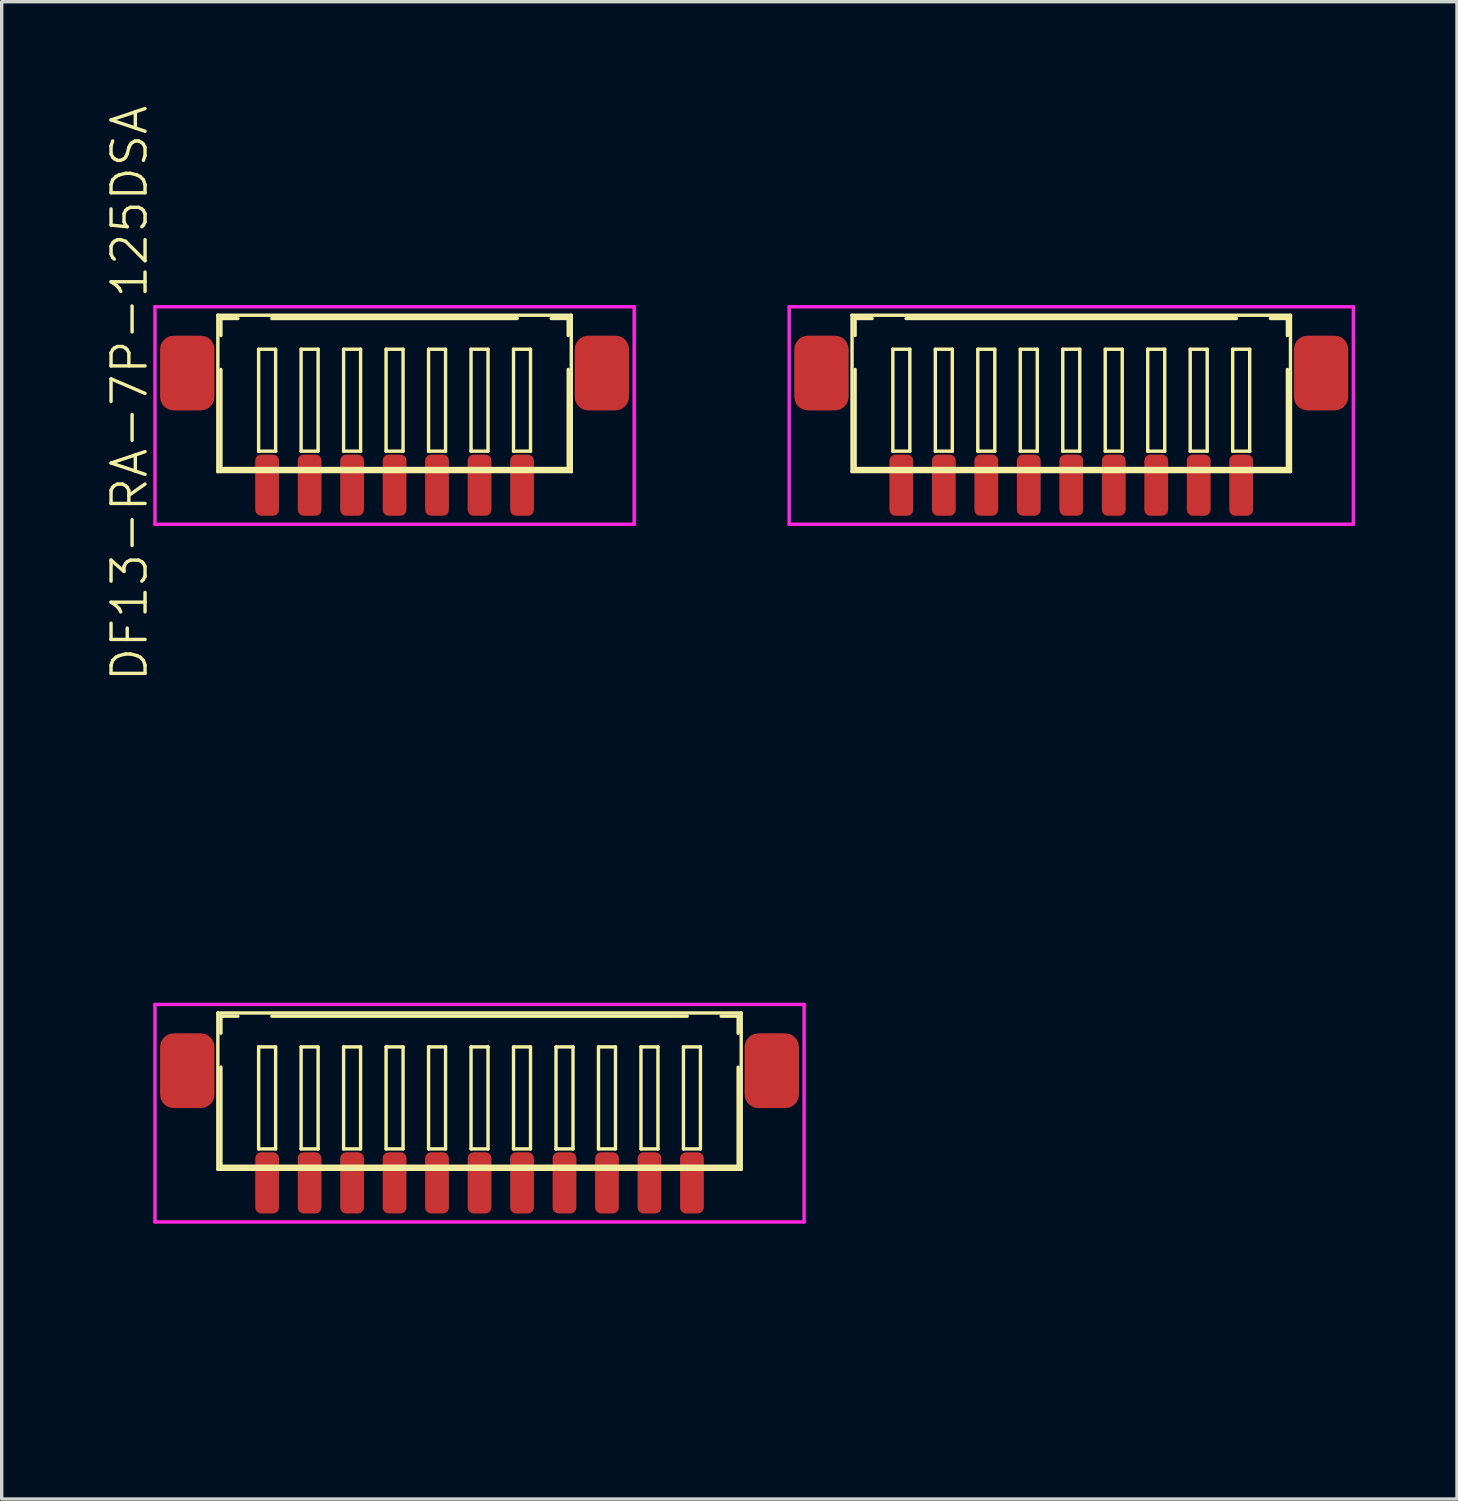
<source format=kicad_pcb>
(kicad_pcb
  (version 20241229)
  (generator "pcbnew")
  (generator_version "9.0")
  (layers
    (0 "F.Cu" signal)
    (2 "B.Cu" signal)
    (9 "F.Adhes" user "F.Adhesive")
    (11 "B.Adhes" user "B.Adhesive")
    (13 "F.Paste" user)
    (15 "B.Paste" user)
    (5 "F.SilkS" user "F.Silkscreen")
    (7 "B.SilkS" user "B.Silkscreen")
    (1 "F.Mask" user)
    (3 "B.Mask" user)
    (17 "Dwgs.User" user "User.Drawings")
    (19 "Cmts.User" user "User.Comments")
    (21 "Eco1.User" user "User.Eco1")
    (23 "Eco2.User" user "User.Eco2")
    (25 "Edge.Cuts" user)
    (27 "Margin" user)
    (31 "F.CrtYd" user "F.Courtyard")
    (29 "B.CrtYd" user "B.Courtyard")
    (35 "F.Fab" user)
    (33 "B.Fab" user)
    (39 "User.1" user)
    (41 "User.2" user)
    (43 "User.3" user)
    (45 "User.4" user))
  (footprint "DF13-RA-7P-125DSA"
    (layer "F.Cu")
    (at 8.56 11.226)
    (property "Reference" "DF13-RA-7P-125DSA" (at -7.8 -2.7 90) (layer "F.SilkS") (effects (font (size 1 1) (thickness 0.1))))
    (attr through_hole)
    (fp_line (start -5.2 -5) (end -5.2 -0.4) (stroke (width 0.1) (type solid)) (layer "F.SilkS"))
    (fp_line (start -5.2 -5) (end 5.2 -5) (stroke (width 0.1) (type solid)) (layer "F.SilkS"))
    (fp_line (start -5.2 -0.4) (end 5.2 -0.4) (stroke (width 0.1) (type solid)) (layer "F.SilkS"))
    (fp_line (start -5.11 -4.905) (end -5.11 -4.405) (stroke (width 0.1) (type solid)) (layer "F.SilkS"))
    (fp_line (start -5.11 -4.905) (end -4.61 -4.905) (stroke (width 0.1) (type solid)) (layer "F.SilkS"))
    (fp_line (start -5.11 -3.405) (end -5.11 -0.49) (stroke (width 0.1) (type solid)) (layer "F.SilkS"))
    (fp_line (start -5.11 -0.49) (end 5.11 -0.49) (stroke (width 0.1) (type solid)) (layer "F.SilkS"))
    (fp_line (start -4 -4) (end -4 -1) (stroke (width 0.1) (type solid)) (layer "F.SilkS"))
    (fp_line (start -4 -1) (end -3.5 -1) (stroke (width 0.1) (type solid)) (layer "F.SilkS"))
    (fp_line (start -3.61 -4.905) (end 3.61 -4.905) (stroke (width 0.1) (type solid)) (layer "F.SilkS"))
    (fp_line (start -3.5 -4) (end -4 -4) (stroke (width 0.1) (type solid)) (layer "F.SilkS"))
    (fp_line (start -3.5 -1) (end -3.5 -4) (stroke (width 0.1) (type solid)) (layer "F.SilkS"))
    (fp_line (start -2.75 -4) (end -2.75 -1) (stroke (width 0.1) (type solid)) (layer "F.SilkS"))
    (fp_line (start -2.75 -1) (end -2.25 -1) (stroke (width 0.1) (type solid)) (layer "F.SilkS"))
    (fp_line (start -2.25 -4) (end -2.75 -4) (stroke (width 0.1) (type solid)) (layer "F.SilkS"))
    (fp_line (start -2.25 -1) (end -2.25 -4) (stroke (width 0.1) (type solid)) (layer "F.SilkS"))
    (fp_line (start -1.5 -4) (end -1.5 -1) (stroke (width 0.1) (type solid)) (layer "F.SilkS"))
    (fp_line (start -1.5 -1) (end -1 -1) (stroke (width 0.1) (type solid)) (layer "F.SilkS"))
    (fp_line (start -1 -4) (end -1.5 -4) (stroke (width 0.1) (type solid)) (layer "F.SilkS"))
    (fp_line (start -1 -1) (end -1 -4) (stroke (width 0.1) (type solid)) (layer "F.SilkS"))
    (fp_line (start -0.25 -4) (end -0.25 -1) (stroke (width 0.1) (type solid)) (layer "F.SilkS"))
    (fp_line (start -0.25 -1) (end 0.25 -1) (stroke (width 0.1) (type solid)) (layer "F.SilkS"))
    (fp_line (start 0.25 -4) (end -0.25 -4) (stroke (width 0.1) (type solid)) (layer "F.SilkS"))
    (fp_line (start 0.25 -1) (end 0.25 -4) (stroke (width 0.1) (type solid)) (layer "F.SilkS"))
    (fp_line (start 1 -4) (end 1 -1) (stroke (width 0.1) (type solid)) (layer "F.SilkS"))
    (fp_line (start 1 -1) (end 1.5 -1) (stroke (width 0.1) (type solid)) (layer "F.SilkS"))
    (fp_line (start 1.5 -4) (end 1 -4) (stroke (width 0.1) (type solid)) (layer "F.SilkS"))
    (fp_line (start 1.5 -1) (end 1.5 -4) (stroke (width 0.1) (type solid)) (layer "F.SilkS"))
    (fp_line (start 2.25 -4) (end 2.25 -1) (stroke (width 0.1) (type solid)) (layer "F.SilkS"))
    (fp_line (start 2.25 -1) (end 2.75 -1) (stroke (width 0.1) (type solid)) (layer "F.SilkS"))
    (fp_line (start 2.75 -4) (end 2.25 -4) (stroke (width 0.1) (type solid)) (layer "F.SilkS"))
    (fp_line (start 2.75 -1) (end 2.75 -4) (stroke (width 0.1) (type solid)) (layer "F.SilkS"))
    (fp_line (start 3.5 -4) (end 3.5 -1) (stroke (width 0.1) (type solid)) (layer "F.SilkS"))
    (fp_line (start 3.5 -1) (end 4 -1) (stroke (width 0.1) (type solid)) (layer "F.SilkS"))
    (fp_line (start 4 -4) (end 3.5 -4) (stroke (width 0.1) (type solid)) (layer "F.SilkS"))
    (fp_line (start 4 -1) (end 4 -4) (stroke (width 0.1) (type solid)) (layer "F.SilkS"))
    (fp_line (start 4.61 -4.905) (end 5.11 -4.905) (stroke (width 0.1) (type solid)) (layer "F.SilkS"))
    (fp_line (start 5.11 -4.905) (end 5.11 -4.405) (stroke (width 0.1) (type solid)) (layer "F.SilkS"))
    (fp_line (start 5.11 -3.405) (end 5.11 -0.49) (stroke (width 0.1) (type solid)) (layer "F.SilkS"))
    (fp_line (start 5.2 -5) (end 5.2 -0.4) (stroke (width 0.1) (type solid)) (layer "F.SilkS"))
    (fp_line (start -7.05 -5.25) (end -7.05 1.15) (stroke (width 0.1) (type solid)) (layer "F.CrtYd"))
    (fp_line (start -7.05 1.15) (end 7.05 1.15) (stroke (width 0.1) (type solid)) (layer "F.CrtYd"))
    (fp_line (start 7.05 -5.25) (end -7.05 -5.25) (stroke (width 0.1) (type solid)) (layer "F.CrtYd"))
    (fp_line (start 7.05 1.15) (end 7.05 -5.25) (stroke (width 0.1) (type solid)) (layer "F.CrtYd"))
    (pad "1" smd roundrect (at -3.75 0) (size 0.7 1.8) (layers "F.Cu" "F.Mask" "F.Paste") (roundrect_rratio 0.25))
    (pad "2" smd roundrect (at -2.5 0) (size 0.7 1.8) (layers "F.Cu" "F.Mask" "F.Paste") (roundrect_rratio 0.25))
    (pad "3" smd roundrect (at -1.25 0) (size 0.7 1.8) (layers "F.Cu" "F.Mask" "F.Paste") (roundrect_rratio 0.25))
    (pad "4" smd roundrect (at 0 0) (size 0.7 1.8) (layers "F.Cu" "F.Mask" "F.Paste") (roundrect_rratio 0.25))
    (pad "5" smd roundrect (at 1.25 0) (size 0.7 1.8) (layers "F.Cu" "F.Mask" "F.Paste") (roundrect_rratio 0.25))
    (pad "6" smd roundrect (at 2.5 0) (size 0.7 1.8) (layers "F.Cu" "F.Mask" "F.Paste") (roundrect_rratio 0.25))
    (pad "7" smd roundrect (at 3.75 0) (size 0.7 1.8) (layers "F.Cu" "F.Mask" "F.Paste") (roundrect_rratio 0.25))
    (pad "S" smd roundrect (at -6.1 -3.3) (size 1.6 2.2) (layers "F.Cu" "F.Mask" "F.Paste") (roundrect_rratio 0.25))
    (pad "S" smd roundrect (at 6.1 -3.3) (size 1.6 2.2) (layers "F.Cu" "F.Mask" "F.Paste") (roundrect_rratio 0.25)))
  (footprint "DF13-RA-9P-125DSA"
    (layer "F.Cu")
    (at 28.471 11.226)
    (property "Reference" "DF13-RA-9P-125DSA" (at -9.05 -2.7 90) (layer "User.1") (effects (font (size 1 1) (thickness 0.1))))
    (attr through_hole)
    (fp_line (start -6.45 -5) (end -6.45 -0.4) (stroke (width 0.1) (type solid)) (layer "F.SilkS"))
    (fp_line (start -6.45 -5) (end 6.45 -5) (stroke (width 0.1) (type solid)) (layer "F.SilkS"))
    (fp_line (start -6.45 -0.4) (end 6.45 -0.4) (stroke (width 0.1) (type solid)) (layer "F.SilkS"))
    (fp_line (start -6.36 -4.905) (end -6.36 -4.405) (stroke (width 0.1) (type solid)) (layer "F.SilkS"))
    (fp_line (start -6.36 -4.905) (end -5.86 -4.905) (stroke (width 0.1) (type solid)) (layer "F.SilkS"))
    (fp_line (start -6.36 -3.405) (end -6.36 -0.49) (stroke (width 0.1) (type solid)) (layer "F.SilkS"))
    (fp_line (start -6.36 -0.49) (end 6.36 -0.49) (stroke (width 0.1) (type solid)) (layer "F.SilkS"))
    (fp_line (start -5.25 -4) (end -5.25 -1) (stroke (width 0.1) (type solid)) (layer "F.SilkS"))
    (fp_line (start -5.25 -1) (end -4.75 -1) (stroke (width 0.1) (type solid)) (layer "F.SilkS"))
    (fp_line (start -4.86 -4.905) (end 4.86 -4.905) (stroke (width 0.1) (type solid)) (layer "F.SilkS"))
    (fp_line (start -4.75 -4) (end -5.25 -4) (stroke (width 0.1) (type solid)) (layer "F.SilkS"))
    (fp_line (start -4.75 -1) (end -4.75 -4) (stroke (width 0.1) (type solid)) (layer "F.SilkS"))
    (fp_line (start -4 -4) (end -4 -1) (stroke (width 0.1) (type solid)) (layer "F.SilkS"))
    (fp_line (start -4 -1) (end -3.5 -1) (stroke (width 0.1) (type solid)) (layer "F.SilkS"))
    (fp_line (start -3.5 -4) (end -4 -4) (stroke (width 0.1) (type solid)) (layer "F.SilkS"))
    (fp_line (start -3.5 -1) (end -3.5 -4) (stroke (width 0.1) (type solid)) (layer "F.SilkS"))
    (fp_line (start -2.75 -4) (end -2.75 -1) (stroke (width 0.1) (type solid)) (layer "F.SilkS"))
    (fp_line (start -2.75 -1) (end -2.25 -1) (stroke (width 0.1) (type solid)) (layer "F.SilkS"))
    (fp_line (start -2.25 -4) (end -2.75 -4) (stroke (width 0.1) (type solid)) (layer "F.SilkS"))
    (fp_line (start -2.25 -1) (end -2.25 -4) (stroke (width 0.1) (type solid)) (layer "F.SilkS"))
    (fp_line (start -1.5 -4) (end -1.5 -1) (stroke (width 0.1) (type solid)) (layer "F.SilkS"))
    (fp_line (start -1.5 -1) (end -1 -1) (stroke (width 0.1) (type solid)) (layer "F.SilkS"))
    (fp_line (start -1 -4) (end -1.5 -4) (stroke (width 0.1) (type solid)) (layer "F.SilkS"))
    (fp_line (start -1 -1) (end -1 -4) (stroke (width 0.1) (type solid)) (layer "F.SilkS"))
    (fp_line (start -0.25 -4) (end -0.25 -1) (stroke (width 0.1) (type solid)) (layer "F.SilkS"))
    (fp_line (start -0.25 -1) (end 0.25 -1) (stroke (width 0.1) (type solid)) (layer "F.SilkS"))
    (fp_line (start 0.25 -4) (end -0.25 -4) (stroke (width 0.1) (type solid)) (layer "F.SilkS"))
    (fp_line (start 0.25 -1) (end 0.25 -4) (stroke (width 0.1) (type solid)) (layer "F.SilkS"))
    (fp_line (start 1 -4) (end 1 -1) (stroke (width 0.1) (type solid)) (layer "F.SilkS"))
    (fp_line (start 1 -1) (end 1.5 -1) (stroke (width 0.1) (type solid)) (layer "F.SilkS"))
    (fp_line (start 1.5 -4) (end 1 -4) (stroke (width 0.1) (type solid)) (layer "F.SilkS"))
    (fp_line (start 1.5 -1) (end 1.5 -4) (stroke (width 0.1) (type solid)) (layer "F.SilkS"))
    (fp_line (start 2.25 -4) (end 2.25 -1) (stroke (width 0.1) (type solid)) (layer "F.SilkS"))
    (fp_line (start 2.25 -1) (end 2.75 -1) (stroke (width 0.1) (type solid)) (layer "F.SilkS"))
    (fp_line (start 2.75 -4) (end 2.25 -4) (stroke (width 0.1) (type solid)) (layer "F.SilkS"))
    (fp_line (start 2.75 -1) (end 2.75 -4) (stroke (width 0.1) (type solid)) (layer "F.SilkS"))
    (fp_line (start 3.5 -4) (end 3.5 -1) (stroke (width 0.1) (type solid)) (layer "F.SilkS"))
    (fp_line (start 3.5 -1) (end 4 -1) (stroke (width 0.1) (type solid)) (layer "F.SilkS"))
    (fp_line (start 4 -4) (end 3.5 -4) (stroke (width 0.1) (type solid)) (layer "F.SilkS"))
    (fp_line (start 4 -1) (end 4 -4) (stroke (width 0.1) (type solid)) (layer "F.SilkS"))
    (fp_line (start 4.75 -4) (end 4.75 -1) (stroke (width 0.1) (type solid)) (layer "F.SilkS"))
    (fp_line (start 4.75 -1) (end 5.25 -1) (stroke (width 0.1) (type solid)) (layer "F.SilkS"))
    (fp_line (start 5.25 -4) (end 4.75 -4) (stroke (width 0.1) (type solid)) (layer "F.SilkS"))
    (fp_line (start 5.25 -1) (end 5.25 -4) (stroke (width 0.1) (type solid)) (layer "F.SilkS"))
    (fp_line (start 5.86 -4.905) (end 6.36 -4.905) (stroke (width 0.1) (type solid)) (layer "F.SilkS"))
    (fp_line (start 6.36 -4.905) (end 6.36 -4.405) (stroke (width 0.1) (type solid)) (layer "F.SilkS"))
    (fp_line (start 6.36 -3.405) (end 6.36 -0.49) (stroke (width 0.1) (type solid)) (layer "F.SilkS"))
    (fp_line (start 6.45 -5) (end 6.45 -0.4) (stroke (width 0.1) (type solid)) (layer "F.SilkS"))
    (fp_line (start -8.3 -5.25) (end -8.3 1.15) (stroke (width 0.1) (type solid)) (layer "F.CrtYd"))
    (fp_line (start -8.3 1.15) (end 8.3 1.15) (stroke (width 0.1) (type solid)) (layer "F.CrtYd"))
    (fp_line (start 8.3 -5.25) (end -8.3 -5.25) (stroke (width 0.1) (type solid)) (layer "F.CrtYd"))
    (fp_line (start 8.3 1.15) (end 8.3 -5.25) (stroke (width 0.1) (type solid)) (layer "F.CrtYd"))
    (pad "1" smd roundrect (at -5 0) (size 0.7 1.8) (layers "F.Cu" "F.Mask" "F.Paste") (roundrect_rratio 0.25))
    (pad "2" smd roundrect (at -3.75 0) (size 0.7 1.8) (layers "F.Cu" "F.Mask" "F.Paste") (roundrect_rratio 0.25))
    (pad "3" smd roundrect (at -2.5 0) (size 0.7 1.8) (layers "F.Cu" "F.Mask" "F.Paste") (roundrect_rratio 0.25))
    (pad "4" smd roundrect (at -1.25 0) (size 0.7 1.8) (layers "F.Cu" "F.Mask" "F.Paste") (roundrect_rratio 0.25))
    (pad "5" smd roundrect (at 0 0) (size 0.7 1.8) (layers "F.Cu" "F.Mask" "F.Paste") (roundrect_rratio 0.25))
    (pad "6" smd roundrect (at 1.25 0) (size 0.7 1.8) (layers "F.Cu" "F.Mask" "F.Paste") (roundrect_rratio 0.25))
    (pad "7" smd roundrect (at 2.5 0) (size 0.7 1.8) (layers "F.Cu" "F.Mask" "F.Paste") (roundrect_rratio 0.25))
    (pad "8" smd roundrect (at 3.75 0) (size 0.7 1.8) (layers "F.Cu" "F.Mask" "F.Paste") (roundrect_rratio 0.25))
    (pad "9" smd roundrect (at 5 0) (size 0.7 1.8) (layers "F.Cu" "F.Mask" "F.Paste") (roundrect_rratio 0.25))
    (pad "S" smd roundrect (at -7.35 -3.3) (size 1.6 2.2) (layers "F.Cu" "F.Mask" "F.Paste") (roundrect_rratio 0.25))
    (pad "S" smd roundrect (at 7.35 -3.3) (size 1.6 2.2) (layers "F.Cu" "F.Mask" "F.Paste") (roundrect_rratio 0.25)))
  (footprint "DF13-RA-11P-125DSA"
    (layer "F.Cu")
    (at 11.06 31.755)
    (property "Reference" "DF13-RA-11P-125DSA" (at -10.3 -2.7 90) (layer "User.1") (effects (font (size 1 1) (thickness 0.1))))
    (attr through_hole)
    (fp_line (start -7.7 -5) (end -7.7 -0.4) (stroke (width 0.1) (type solid)) (layer "F.SilkS"))
    (fp_line (start -7.7 -5) (end 7.7 -5) (stroke (width 0.1) (type solid)) (layer "F.SilkS"))
    (fp_line (start -7.7 -0.4) (end 7.7 -0.4) (stroke (width 0.1) (type solid)) (layer "F.SilkS"))
    (fp_line (start -7.61 -4.905) (end -7.61 -4.405) (stroke (width 0.1) (type solid)) (layer "F.SilkS"))
    (fp_line (start -7.61 -4.905) (end -7.11 -4.905) (stroke (width 0.1) (type solid)) (layer "F.SilkS"))
    (fp_line (start -7.61 -3.405) (end -7.61 -0.49) (stroke (width 0.1) (type solid)) (layer "F.SilkS"))
    (fp_line (start -7.61 -0.49) (end 7.61 -0.49) (stroke (width 0.1) (type solid)) (layer "F.SilkS"))
    (fp_line (start -6.5 -4) (end -6.5 -1) (stroke (width 0.1) (type solid)) (layer "F.SilkS"))
    (fp_line (start -6.5 -1) (end -6 -1) (stroke (width 0.1) (type solid)) (layer "F.SilkS"))
    (fp_line (start -6.11 -4.905) (end 6.11 -4.905) (stroke (width 0.1) (type solid)) (layer "F.SilkS"))
    (fp_line (start -6 -4) (end -6.5 -4) (stroke (width 0.1) (type solid)) (layer "F.SilkS"))
    (fp_line (start -6 -1) (end -6 -4) (stroke (width 0.1) (type solid)) (layer "F.SilkS"))
    (fp_line (start -5.25 -4) (end -5.25 -1) (stroke (width 0.1) (type solid)) (layer "F.SilkS"))
    (fp_line (start -5.25 -1) (end -4.75 -1) (stroke (width 0.1) (type solid)) (layer "F.SilkS"))
    (fp_line (start -4.75 -4) (end -5.25 -4) (stroke (width 0.1) (type solid)) (layer "F.SilkS"))
    (fp_line (start -4.75 -1) (end -4.75 -4) (stroke (width 0.1) (type solid)) (layer "F.SilkS"))
    (fp_line (start -4 -4) (end -4 -1) (stroke (width 0.1) (type solid)) (layer "F.SilkS"))
    (fp_line (start -4 -1) (end -3.5 -1) (stroke (width 0.1) (type solid)) (layer "F.SilkS"))
    (fp_line (start -3.5 -4) (end -4 -4) (stroke (width 0.1) (type solid)) (layer "F.SilkS"))
    (fp_line (start -3.5 -1) (end -3.5 -4) (stroke (width 0.1) (type solid)) (layer "F.SilkS"))
    (fp_line (start -2.75 -4) (end -2.75 -1) (stroke (width 0.1) (type solid)) (layer "F.SilkS"))
    (fp_line (start -2.75 -1) (end -2.25 -1) (stroke (width 0.1) (type solid)) (layer "F.SilkS"))
    (fp_line (start -2.25 -4) (end -2.75 -4) (stroke (width 0.1) (type solid)) (layer "F.SilkS"))
    (fp_line (start -2.25 -1) (end -2.25 -4) (stroke (width 0.1) (type solid)) (layer "F.SilkS"))
    (fp_line (start -1.5 -4) (end -1.5 -1) (stroke (width 0.1) (type solid)) (layer "F.SilkS"))
    (fp_line (start -1.5 -1) (end -1 -1) (stroke (width 0.1) (type solid)) (layer "F.SilkS"))
    (fp_line (start -1 -4) (end -1.5 -4) (stroke (width 0.1) (type solid)) (layer "F.SilkS"))
    (fp_line (start -1 -1) (end -1 -4) (stroke (width 0.1) (type solid)) (layer "F.SilkS"))
    (fp_line (start -0.25 -4) (end -0.25 -1) (stroke (width 0.1) (type solid)) (layer "F.SilkS"))
    (fp_line (start -0.25 -1) (end 0.25 -1) (stroke (width 0.1) (type solid)) (layer "F.SilkS"))
    (fp_line (start 0.25 -4) (end -0.25 -4) (stroke (width 0.1) (type solid)) (layer "F.SilkS"))
    (fp_line (start 0.25 -1) (end 0.25 -4) (stroke (width 0.1) (type solid)) (layer "F.SilkS"))
    (fp_line (start 1 -4) (end 1 -1) (stroke (width 0.1) (type solid)) (layer "F.SilkS"))
    (fp_line (start 1 -1) (end 1.5 -1) (stroke (width 0.1) (type solid)) (layer "F.SilkS"))
    (fp_line (start 1.5 -4) (end 1 -4) (stroke (width 0.1) (type solid)) (layer "F.SilkS"))
    (fp_line (start 1.5 -1) (end 1.5 -4) (stroke (width 0.1) (type solid)) (layer "F.SilkS"))
    (fp_line (start 2.25 -4) (end 2.25 -1) (stroke (width 0.1) (type solid)) (layer "F.SilkS"))
    (fp_line (start 2.25 -1) (end 2.75 -1) (stroke (width 0.1) (type solid)) (layer "F.SilkS"))
    (fp_line (start 2.75 -4) (end 2.25 -4) (stroke (width 0.1) (type solid)) (layer "F.SilkS"))
    (fp_line (start 2.75 -1) (end 2.75 -4) (stroke (width 0.1) (type solid)) (layer "F.SilkS"))
    (fp_line (start 3.5 -4) (end 3.5 -1) (stroke (width 0.1) (type solid)) (layer "F.SilkS"))
    (fp_line (start 3.5 -1) (end 4 -1) (stroke (width 0.1) (type solid)) (layer "F.SilkS"))
    (fp_line (start 4 -4) (end 3.5 -4) (stroke (width 0.1) (type solid)) (layer "F.SilkS"))
    (fp_line (start 4 -1) (end 4 -4) (stroke (width 0.1) (type solid)) (layer "F.SilkS"))
    (fp_line (start 4.75 -4) (end 4.75 -1) (stroke (width 0.1) (type solid)) (layer "F.SilkS"))
    (fp_line (start 4.75 -1) (end 5.25 -1) (stroke (width 0.1) (type solid)) (layer "F.SilkS"))
    (fp_line (start 5.25 -4) (end 4.75 -4) (stroke (width 0.1) (type solid)) (layer "F.SilkS"))
    (fp_line (start 5.25 -1) (end 5.25 -4) (stroke (width 0.1) (type solid)) (layer "F.SilkS"))
    (fp_line (start 6 -4) (end 6 -1) (stroke (width 0.1) (type solid)) (layer "F.SilkS"))
    (fp_line (start 6 -1) (end 6.5 -1) (stroke (width 0.1) (type solid)) (layer "F.SilkS"))
    (fp_line (start 6.5 -4) (end 6 -4) (stroke (width 0.1) (type solid)) (layer "F.SilkS"))
    (fp_line (start 6.5 -1) (end 6.5 -4) (stroke (width 0.1) (type solid)) (layer "F.SilkS"))
    (fp_line (start 7.11 -4.905) (end 7.61 -4.905) (stroke (width 0.1) (type solid)) (layer "F.SilkS"))
    (fp_line (start 7.61 -4.905) (end 7.61 -4.405) (stroke (width 0.1) (type solid)) (layer "F.SilkS"))
    (fp_line (start 7.61 -3.405) (end 7.61 -0.49) (stroke (width 0.1) (type solid)) (layer "F.SilkS"))
    (fp_line (start 7.7 -5) (end 7.7 -0.4) (stroke (width 0.1) (type solid)) (layer "F.SilkS"))
    (fp_line (start -9.55 -5.25) (end -9.55 1.15) (stroke (width 0.1) (type solid)) (layer "F.CrtYd"))
    (fp_line (start -9.55 1.15) (end 9.55 1.15) (stroke (width 0.1) (type solid)) (layer "F.CrtYd"))
    (fp_line (start 9.55 -5.25) (end -9.55 -5.25) (stroke (width 0.1) (type solid)) (layer "F.CrtYd"))
    (fp_line (start 9.55 1.15) (end 9.55 -5.25) (stroke (width 0.1) (type solid)) (layer "F.CrtYd"))
    (pad "1" smd roundrect (at -6.25 0) (size 0.7 1.8) (layers "F.Cu" "F.Mask" "F.Paste") (roundrect_rratio 0.25))
    (pad "2" smd roundrect (at -5 0) (size 0.7 1.8) (layers "F.Cu" "F.Mask" "F.Paste") (roundrect_rratio 0.25))
    (pad "3" smd roundrect (at -3.75 0) (size 0.7 1.8) (layers "F.Cu" "F.Mask" "F.Paste") (roundrect_rratio 0.25))
    (pad "4" smd roundrect (at -2.5 0) (size 0.7 1.8) (layers "F.Cu" "F.Mask" "F.Paste") (roundrect_rratio 0.25))
    (pad "5" smd roundrect (at -1.25 0) (size 0.7 1.8) (layers "F.Cu" "F.Mask" "F.Paste") (roundrect_rratio 0.25))
    (pad "6" smd roundrect (at 0 0) (size 0.7 1.8) (layers "F.Cu" "F.Mask" "F.Paste") (roundrect_rratio 0.25))
    (pad "7" smd roundrect (at 1.25 0) (size 0.7 1.8) (layers "F.Cu" "F.Mask" "F.Paste") (roundrect_rratio 0.25))
    (pad "8" smd roundrect (at 2.5 0) (size 0.7 1.8) (layers "F.Cu" "F.Mask" "F.Paste") (roundrect_rratio 0.25))
    (pad "9" smd roundrect (at 3.75 0) (size 0.7 1.8) (layers "F.Cu" "F.Mask" "F.Paste") (roundrect_rratio 0.25))
    (pad "10" smd roundrect (at 5 0) (size 0.7 1.8) (layers "F.Cu" "F.Mask" "F.Paste") (roundrect_rratio 0.25))
    (pad "11" smd roundrect (at 6.25 0) (size 0.7 1.8) (layers "F.Cu" "F.Mask" "F.Paste") (roundrect_rratio 0.25))
    (pad "S" smd roundrect (at -8.6 -3.3) (size 1.6 2.2) (layers "F.Cu" "F.Mask" "F.Paste") (roundrect_rratio 0.25))
    (pad "S" smd roundrect (at 8.6 -3.3) (size 1.6 2.2) (layers "F.Cu" "F.Mask" "F.Paste") (roundrect_rratio 0.25)))
  (gr_rect
    (start -3 -3)
    (end 39.821 41.057)
    (stroke (width 0.1) (type default))
    (fill no)
    (layer "Edge.Cuts")))
</source>
